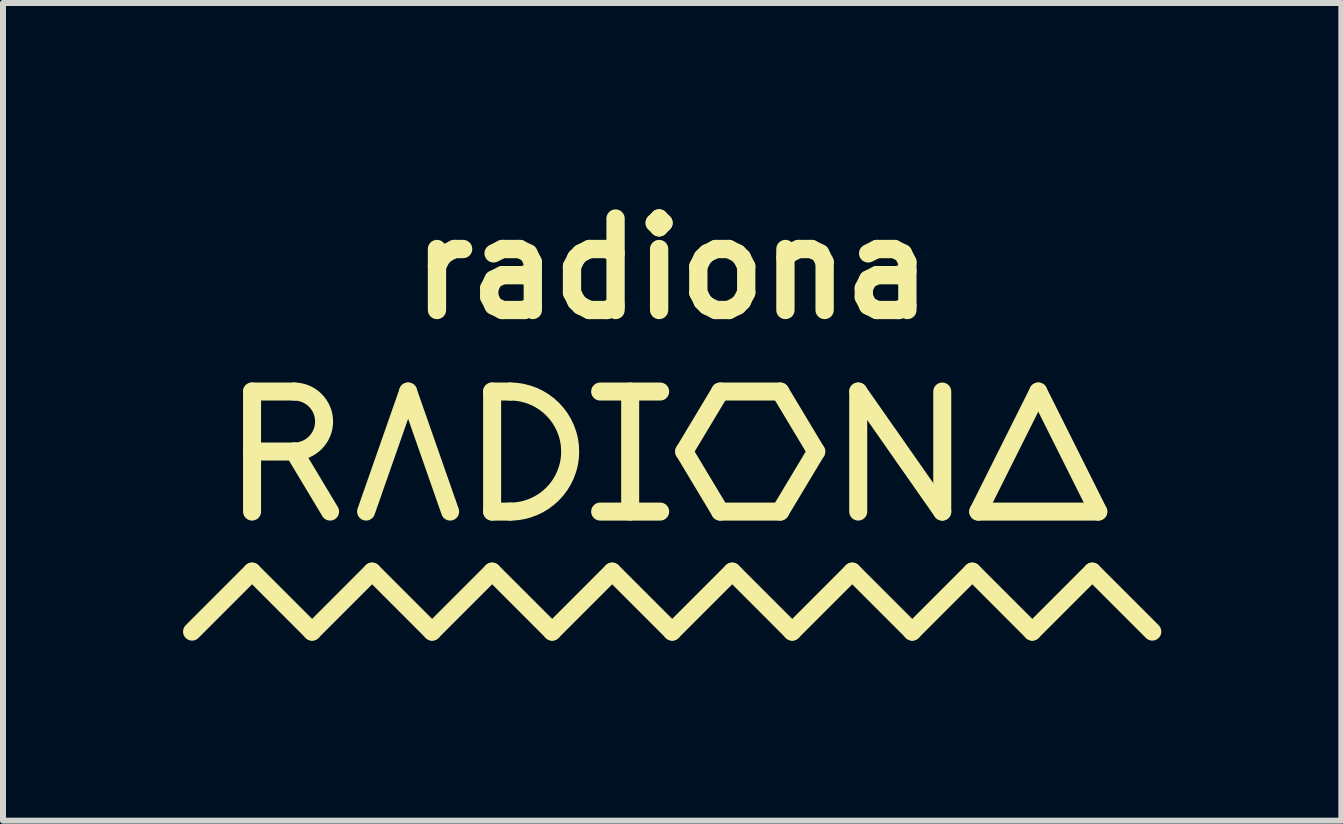
<source format=kicad_pcb>
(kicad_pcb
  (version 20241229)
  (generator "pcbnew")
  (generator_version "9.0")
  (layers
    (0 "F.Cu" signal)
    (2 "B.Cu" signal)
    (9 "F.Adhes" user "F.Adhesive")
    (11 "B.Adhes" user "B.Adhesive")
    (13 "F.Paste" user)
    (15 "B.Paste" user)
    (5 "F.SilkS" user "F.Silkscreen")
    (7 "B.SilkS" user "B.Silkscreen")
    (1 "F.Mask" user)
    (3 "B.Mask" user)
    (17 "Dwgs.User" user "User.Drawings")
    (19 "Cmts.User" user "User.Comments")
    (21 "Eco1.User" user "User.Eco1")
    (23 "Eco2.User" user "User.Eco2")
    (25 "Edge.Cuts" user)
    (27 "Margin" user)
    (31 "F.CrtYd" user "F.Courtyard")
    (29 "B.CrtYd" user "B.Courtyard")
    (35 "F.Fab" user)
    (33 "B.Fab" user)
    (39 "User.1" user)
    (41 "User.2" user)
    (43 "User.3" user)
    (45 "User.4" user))
  (footprint "radiona"
    (layer "F.Cu")
    (at 8.15 4.474)
    (property "Reference" "radiona" (at 0 -3.048 0) (layer "F.SilkS") (effects (font (size 1.524 1.524) (thickness 0.305))))
    (attr smd)
    (fp_line (start -8 3) (end -7 2) (stroke (width 0.3) (type solid)) (layer "F.SilkS"))
    (fp_line (start -7 -1) (end -6.3 -1) (stroke (width 0.3) (type solid)) (layer "F.SilkS"))
    (fp_line (start -7 0) (end -6.3 0) (stroke (width 0.3) (type solid)) (layer "F.SilkS"))
    (fp_line (start -7 1) (end -7 -1) (stroke (width 0.3) (type solid)) (layer "F.SilkS"))
    (fp_line (start -7 2) (end -6 3) (stroke (width 0.3) (type solid)) (layer "F.SilkS"))
    (fp_line (start -6.3 0) (end -5.7 1) (stroke (width 0.3) (type solid)) (layer "F.SilkS"))
    (fp_line (start -6 3) (end -5 2) (stroke (width 0.3) (type solid)) (layer "F.SilkS"))
    (fp_line (start -5.1 1) (end -4.4 -1) (stroke (width 0.3) (type solid)) (layer "F.SilkS"))
    (fp_line (start -5 2) (end -4 3) (stroke (width 0.3) (type solid)) (layer "F.SilkS"))
    (fp_line (start -4.4 -1) (end -3.7 1) (stroke (width 0.3) (type solid)) (layer "F.SilkS"))
    (fp_line (start -4 3) (end -3 2) (stroke (width 0.3) (type solid)) (layer "F.SilkS"))
    (fp_line (start -3 -1) (end -2.7 -1) (stroke (width 0.3) (type solid)) (layer "F.SilkS"))
    (fp_line (start -3 1) (end -3 -1) (stroke (width 0.3) (type solid)) (layer "F.SilkS"))
    (fp_line (start -3 1) (end -2.7 1) (stroke (width 0.3) (type solid)) (layer "F.SilkS"))
    (fp_line (start -3 2) (end -2 3) (stroke (width 0.3) (type solid)) (layer "F.SilkS"))
    (fp_line (start -2 3) (end -1 2) (stroke (width 0.3) (type solid)) (layer "F.SilkS"))
    (fp_line (start -1.2 -1) (end -0.2 -1) (stroke (width 0.3) (type solid)) (layer "F.SilkS"))
    (fp_line (start -1.2 1) (end -0.2 1) (stroke (width 0.3) (type solid)) (layer "F.SilkS"))
    (fp_line (start -1 2) (end 0 3) (stroke (width 0.3) (type solid)) (layer "F.SilkS"))
    (fp_line (start -0.7 -1) (end -0.7 1) (stroke (width 0.3) (type solid)) (layer "F.SilkS"))
    (fp_line (start 0 3) (end 1 2) (stroke (width 0.3) (type solid)) (layer "F.SilkS"))
    (fp_line (start 0.2 0) (end 0.8 -1) (stroke (width 0.3) (type solid)) (layer "F.SilkS"))
    (fp_line (start 0.8 1) (end 0.2 0) (stroke (width 0.3) (type solid)) (layer "F.SilkS"))
    (fp_line (start 0.8 1) (end 1.8 1) (stroke (width 0.3) (type solid)) (layer "F.SilkS"))
    (fp_line (start 1 2) (end 2 3) (stroke (width 0.3) (type solid)) (layer "F.SilkS"))
    (fp_line (start 1.8 -1) (end 0.8 -1) (stroke (width 0.3) (type solid)) (layer "F.SilkS"))
    (fp_line (start 1.8 -1) (end 2.4 0) (stroke (width 0.3) (type solid)) (layer "F.SilkS"))
    (fp_line (start 2 3) (end 3 2) (stroke (width 0.3) (type solid)) (layer "F.SilkS"))
    (fp_line (start 2.4 0) (end 1.8 1) (stroke (width 0.3) (type solid)) (layer "F.SilkS"))
    (fp_line (start 3 2) (end 4 3) (stroke (width 0.3) (type solid)) (layer "F.SilkS"))
    (fp_line (start 3.1 -1) (end 4.5 1) (stroke (width 0.3) (type solid)) (layer "F.SilkS"))
    (fp_line (start 3.1 1) (end 3.1 -1) (stroke (width 0.3) (type solid)) (layer "F.SilkS"))
    (fp_line (start 4 3) (end 5 2) (stroke (width 0.3) (type solid)) (layer "F.SilkS"))
    (fp_line (start 4.5 1) (end 4.5 -1) (stroke (width 0.3) (type solid)) (layer "F.SilkS"))
    (fp_line (start 5 2) (end 6 3) (stroke (width 0.3) (type solid)) (layer "F.SilkS"))
    (fp_line (start 5.1 1) (end 6.1 -1) (stroke (width 0.3) (type solid)) (layer "F.SilkS"))
    (fp_line (start 6 3) (end 7 2) (stroke (width 0.3) (type solid)) (layer "F.SilkS"))
    (fp_line (start 6.1 -1) (end 7.1 1) (stroke (width 0.3) (type solid)) (layer "F.SilkS"))
    (fp_line (start 7 2) (end 8 3) (stroke (width 0.3) (type solid)) (layer "F.SilkS"))
    (fp_line (start 7.1 1) (end 5.1 1) (stroke (width 0.3) (type solid)) (layer "F.SilkS"))
    (fp_arc (start -6.3 -1) (mid -5.8 -0.5) (end -6.3 0) (stroke (width 0.3) (type solid)) (layer "F.SilkS"))
    (fp_arc (start -2.7 -1) (mid -1.7 0) (end -2.7 1) (stroke (width 0.3) (type solid)) (layer "F.SilkS")))
  (gr_rect
    (start -3 -3)
    (end 19.3 10.624)
    (stroke (width 0.1) (type default))
    (fill no)
    (layer "Edge.Cuts")))
</source>
